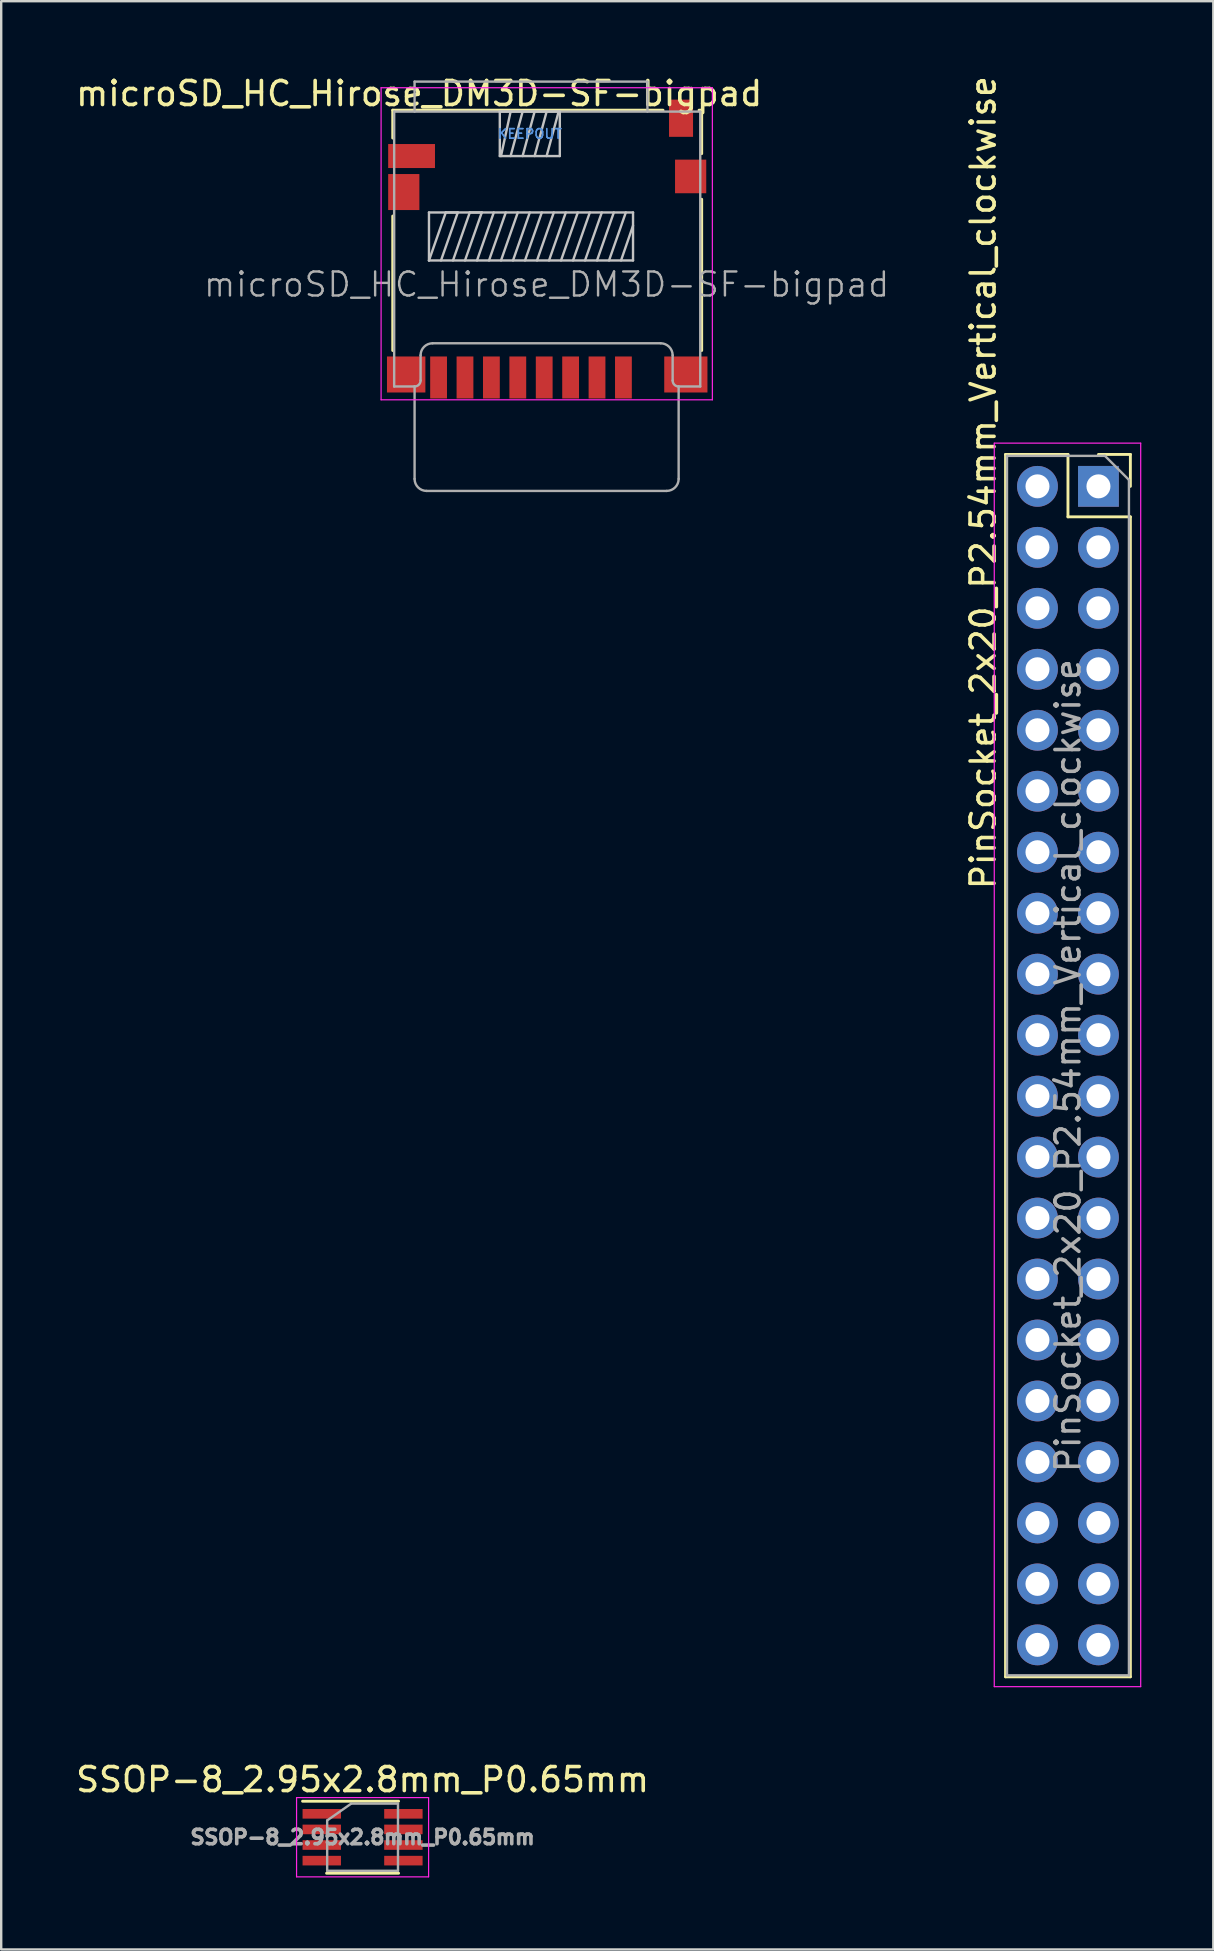
<source format=kicad_pcb>
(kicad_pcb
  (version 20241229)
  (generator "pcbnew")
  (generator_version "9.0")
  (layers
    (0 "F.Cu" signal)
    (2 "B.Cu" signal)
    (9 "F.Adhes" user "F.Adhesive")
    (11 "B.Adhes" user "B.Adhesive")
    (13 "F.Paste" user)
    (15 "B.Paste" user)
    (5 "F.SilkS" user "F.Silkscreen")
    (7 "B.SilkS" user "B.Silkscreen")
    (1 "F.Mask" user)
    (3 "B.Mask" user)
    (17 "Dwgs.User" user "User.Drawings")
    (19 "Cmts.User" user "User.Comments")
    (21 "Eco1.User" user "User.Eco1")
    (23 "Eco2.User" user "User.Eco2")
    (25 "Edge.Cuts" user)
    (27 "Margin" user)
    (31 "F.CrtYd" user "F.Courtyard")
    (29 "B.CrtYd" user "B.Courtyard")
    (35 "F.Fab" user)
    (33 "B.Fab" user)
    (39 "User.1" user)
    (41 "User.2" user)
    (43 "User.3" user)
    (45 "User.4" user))
  (footprint "microSD_HC_Hirose_DM3D-SF-bigpad"
    (layer "F.Cu")
    (at 19.745 7.325)
    (property "Reference" "microSD_HC_Hirose_DM3D-SF-bigpad" (at -5.334 -6.477 0) (layer "F.SilkS") (effects (font (size 1 1) (thickness 0.15))))
    (attr smd)
    (fp_line (start -6.435 -5.785) (end 4.825 -5.785) (stroke (width 0.12) (type solid)) (layer "F.SilkS"))
    (fp_line (start -6.435 -4.625) (end -6.435 -5.785) (stroke (width 0.12) (type solid)) (layer "F.SilkS"))
    (fp_line (start -6.435 -1.375) (end -6.435 4.225) (stroke (width 0.12) (type solid)) (layer "F.SilkS"))
    (fp_line (start 6.325 -5.785) (end 6.435 -5.785) (stroke (width 0.12) (type solid)) (layer "F.SilkS"))
    (fp_line (start 6.435 -5.785) (end 6.435 -3.975) (stroke (width 0.12) (type solid)) (layer "F.SilkS"))
    (fp_line (start 6.435 -2.075) (end 6.435 4.225) (stroke (width 0.12) (type solid)) (layer "F.SilkS"))
    (fp_line (start -4.925 -1.525) (end -4.925 0.475) (stroke (width 0.1) (type solid)) (layer "Dwgs.User"))
    (fp_line (start -4.925 -1.525) (end 3.575 -1.525) (stroke (width 0.1) (type solid)) (layer "Dwgs.User"))
    (fp_line (start -4.925 0.475) (end -4.225 -1.525) (stroke (width 0.1) (type solid)) (layer "Dwgs.User"))
    (fp_line (start -4.925 0.475) (end 3.575 0.475) (stroke (width 0.1) (type solid)) (layer "Dwgs.User"))
    (fp_line (start -4.425 0.475) (end -3.725 -1.525) (stroke (width 0.1) (type solid)) (layer "Dwgs.User"))
    (fp_line (start -4.225 -1.525) (end -3.725 -1.525) (stroke (width 0.1) (type solid)) (layer "Dwgs.User"))
    (fp_line (start -3.925 0.475) (end -3.225 -1.525) (stroke (width 0.1) (type solid)) (layer "Dwgs.User"))
    (fp_line (start -3.425 0.475) (end -2.725 -1.525) (stroke (width 0.1) (type solid)) (layer "Dwgs.User"))
    (fp_line (start -3.225 -1.525) (end -2.725 -1.525) (stroke (width 0.1) (type solid)) (layer "Dwgs.User"))
    (fp_line (start -2.925 0.475) (end -2.225 -1.525) (stroke (width 0.1) (type solid)) (layer "Dwgs.User"))
    (fp_line (start -2.425 0.475) (end -1.725 -1.525) (stroke (width 0.1) (type solid)) (layer "Dwgs.User"))
    (fp_line (start -1.975 -5.725) (end -1.975 -3.875) (stroke (width 0.1) (type solid)) (layer "Dwgs.User"))
    (fp_line (start -1.925 -3.875) (end -1.525 -5.725) (stroke (width 0.1) (type solid)) (layer "Dwgs.User"))
    (fp_line (start -1.925 0.475) (end -1.225 -1.525) (stroke (width 0.1) (type solid)) (layer "Dwgs.User"))
    (fp_line (start -1.425 0.475) (end -0.725 -1.525) (stroke (width 0.1) (type solid)) (layer "Dwgs.User"))
    (fp_line (start -1.025 -5.725) (end -1.525 -3.875) (stroke (width 0.1) (type solid)) (layer "Dwgs.User"))
    (fp_line (start -1.025 -3.875) (end -0.525 -5.725) (stroke (width 0.1) (type solid)) (layer "Dwgs.User"))
    (fp_line (start -0.925 0.475) (end -0.225 -1.525) (stroke (width 0.1) (type solid)) (layer "Dwgs.User"))
    (fp_line (start -0.425 0.475) (end 0.275 -1.525) (stroke (width 0.1) (type solid)) (layer "Dwgs.User"))
    (fp_line (start -0.025 -5.725) (end -0.525 -3.875) (stroke (width 0.1) (type solid)) (layer "Dwgs.User"))
    (fp_line (start -0.025 -3.875) (end 0.475 -5.725) (stroke (width 0.1) (type solid)) (layer "Dwgs.User"))
    (fp_line (start 0.075 0.475) (end 0.775 -1.525) (stroke (width 0.1) (type solid)) (layer "Dwgs.User"))
    (fp_line (start 0.525 -5.725) (end -1.975 -5.725) (stroke (width 0.1) (type solid)) (layer "Dwgs.User"))
    (fp_line (start 0.525 -3.875) (end -1.975 -3.875) (stroke (width 0.1) (type solid)) (layer "Dwgs.User"))
    (fp_line (start 0.525 -3.875) (end 0.525 -5.725) (stroke (width 0.1) (type solid)) (layer "Dwgs.User"))
    (fp_line (start 0.575 0.475) (end 1.275 -1.525) (stroke (width 0.1) (type solid)) (layer "Dwgs.User"))
    (fp_line (start 1.075 0.475) (end 1.775 -1.525) (stroke (width 0.1) (type solid)) (layer "Dwgs.User"))
    (fp_line (start 1.575 0.475) (end 2.275 -1.525) (stroke (width 0.1) (type solid)) (layer "Dwgs.User"))
    (fp_line (start 2.075 0.475) (end 2.775 -1.525) (stroke (width 0.1) (type solid)) (layer "Dwgs.User"))
    (fp_line (start 2.575 0.475) (end 3.275 -1.525) (stroke (width 0.1) (type solid)) (layer "Dwgs.User"))
    (fp_line (start 3.075 0.475) (end 3.575 -0.975) (stroke (width 0.1) (type solid)) (layer "Dwgs.User"))
    (fp_line (start 3.575 0.475) (end 3.575 -1.525) (stroke (width 0.1) (type solid)) (layer "Dwgs.User"))
    (fp_line (start -6.92 -6.72) (end 6.88 -6.72) (stroke (width 0.05) (type solid)) (layer "F.CrtYd"))
    (fp_line (start -6.92 6.28) (end -6.92 -6.72) (stroke (width 0.05) (type solid)) (layer "F.CrtYd"))
    (fp_line (start 6.88 -6.72) (end 6.88 6.28) (stroke (width 0.05) (type solid)) (layer "F.CrtYd"))
    (fp_line (start 6.88 6.28) (end -6.92 6.28) (stroke (width 0.05) (type solid)) (layer "F.CrtYd"))
    (fp_line (start -6.375 -5.725) (end 6.375 -5.725) (stroke (width 0.1) (type solid)) (layer "F.Fab"))
    (fp_line (start -6.375 5.725) (end -6.375 -5.725) (stroke (width 0.1) (type solid)) (layer "F.Fab"))
    (fp_line (start -6.375 5.725) (end -5.525 5.725) (stroke (width 0.1) (type solid)) (layer "F.Fab"))
    (fp_line (start -5.525 -6.975) (end 4.175 -6.975) (stroke (width 0.1) (type solid)) (layer "F.Fab"))
    (fp_line (start -5.525 -5.725) (end -5.525 -6.975) (stroke (width 0.1) (type solid)) (layer "F.Fab"))
    (fp_line (start -5.525 5.725) (end -5.525 9.575) (stroke (width 0.1) (type solid)) (layer "F.Fab"))
    (fp_line (start -5.275 5.475) (end -5.275 4.425) (stroke (width 0.1) (type solid)) (layer "F.Fab"))
    (fp_line (start -5.025 10.075) (end 4.975 10.075) (stroke (width 0.1) (type solid)) (layer "F.Fab"))
    (fp_line (start -4.775 3.925) (end 4.725 3.925) (stroke (width 0.1) (type solid)) (layer "F.Fab"))
    (fp_line (start 4.175 -5.725) (end 4.175 -6.975) (stroke (width 0.1) (type solid)) (layer "F.Fab"))
    (fp_line (start 5.225 5.475) (end 5.225 4.425) (stroke (width 0.1) (type solid)) (layer "F.Fab"))
    (fp_line (start 5.475 5.725) (end 6.375 5.725) (stroke (width 0.1) (type solid)) (layer "F.Fab"))
    (fp_line (start 5.475 9.575) (end 5.475 5.725) (stroke (width 0.1) (type solid)) (layer "F.Fab"))
    (fp_line (start 6.375 5.725) (end 6.375 -5.725) (stroke (width 0.1) (type solid)) (layer "F.Fab"))
    (fp_arc (start -5.275 4.425) (mid -5.128553 4.071447) (end -4.775 3.925) (stroke (width 0.1) (type solid)) (layer "F.Fab"))
    (fp_arc (start -5.275 5.475) (mid -5.348223 5.651777) (end -5.525 5.725) (stroke (width 0.1) (type solid)) (layer "F.Fab"))
    (fp_arc (start -5.025 10.075) (mid -5.378553 9.928553) (end -5.525 9.575) (stroke (width 0.1) (type solid)) (layer "F.Fab"))
    (fp_arc (start 4.725 3.925) (mid 5.078553 4.071447) (end 5.225 4.425) (stroke (width 0.1) (type solid)) (layer "F.Fab"))
    (fp_arc (start 5.475 5.725) (mid 5.298223 5.651777) (end 5.225 5.475) (stroke (width 0.1) (type solid)) (layer "F.Fab"))
    (fp_arc (start 5.475 9.575) (mid 5.328553 9.928553) (end 4.975 10.075) (stroke (width 0.1) (type solid)) (layer "F.Fab"))
    (fp_text user "KEEPOUT" (at -0.725 -4.8 0) (layer "Cmts.User") (effects (font (size 0.4 0.4) (thickness 0.06))))
    (fp_text user "KEEPOUT" (at -0.725 -4.8 0) (layer "Cmts.User") (effects (font (size 0.4 0.4) (thickness 0.06))))
    (fp_text user "${REFERENCE}" (at -0.025 1.475 0) (layer "F.Fab") (effects (font (size 1 1) (thickness 0.1))))
    (pad "1" smd rect (at 3.175 5.35) (size 0.7 1.75) (layers "F.Cu" "F.Mask" "F.Paste"))
    (pad "2" smd rect (at 2.075 5.35) (size 0.7 1.75) (layers "F.Cu" "F.Mask" "F.Paste"))
    (pad "3" smd rect (at 0.975 5.35) (size 0.7 1.75) (layers "F.Cu" "F.Mask" "F.Paste"))
    (pad "4" smd rect (at -0.125 5.35) (size 0.7 1.75) (layers "F.Cu" "F.Mask" "F.Paste"))
    (pad "5" smd rect (at -1.225 5.35) (size 0.7 1.75) (layers "F.Cu" "F.Mask" "F.Paste"))
    (pad "6" smd rect (at -2.325 5.35) (size 0.7 1.75) (layers "F.Cu" "F.Mask" "F.Paste"))
    (pad "7" smd rect (at -3.425 5.35) (size 0.7 1.75) (layers "F.Cu" "F.Mask" "F.Paste"))
    (pad "8" smd rect (at -4.525 5.35) (size 0.7 1.75) (layers "F.Cu" "F.Mask" "F.Paste"))
    (pad "9" smd rect (at -5.65 -3.875) (size 1.95 1) (layers "F.Cu" "F.Mask" "F.Paste"))
    (pad "10" smd rect (at 5.575 -5.45) (size 1 1.55) (layers "F.Cu" "F.Mask" "F.Paste"))
    (pad "11" smd rect (at -5.975 -2.375) (size 1.3 1.5) (layers "F.Cu" "F.Mask" "F.Paste"))
    (pad "11" smd rect (at -5.875 5.225) (size 1.6 1.5) (layers "F.Cu" "F.Mask" "F.Paste"))
    (pad "11" smd rect (at 5.775 5.225) (size 1.8 1.5) (layers "F.Cu" "F.Mask" "F.Paste"))
    (pad "11" smd rect (at 5.975 -3.025) (size 1.3 1.4) (layers "F.Cu" "F.Mask" "F.Paste")))
  (footprint "SSOP-8_2.95x2.8mm_P0.65mm"
    (layer "F.Cu")
    (at 12.054 73.483)
    (property "Reference" "SSOP-8_2.95x2.8mm_P0.65mm" (at 0 -2.4 0) (layer "F.SilkS") (effects (font (size 1 1) (thickness 0.15))))
    (attr smd)
    (fp_line (start 1.5 -1.5) (end -2.5 -1.5) (stroke (width 0.12) (type solid)) (layer "F.SilkS"))
    (fp_line (start 1.5 1.5) (end -1.5 1.5) (stroke (width 0.12) (type solid)) (layer "F.SilkS"))
    (fp_line (start -2.75 -1.65) (end 2.75 -1.65) (stroke (width 0.05) (type solid)) (layer "F.CrtYd"))
    (fp_line (start -2.75 1.65) (end -2.75 -1.65) (stroke (width 0.05) (type solid)) (layer "F.CrtYd"))
    (fp_line (start 2.75 -1.65) (end 2.75 1.65) (stroke (width 0.05) (type solid)) (layer "F.CrtYd"))
    (fp_line (start 2.75 1.65) (end -2.75 1.65) (stroke (width 0.05) (type solid)) (layer "F.CrtYd"))
    (fp_line (start -1.475 1.4) (end -1.475 -0.7) (stroke (width 0.1) (type solid)) (layer "F.Fab"))
    (fp_line (start -0.475 -1.4) (end -1.475 -0.7) (stroke (width 0.1) (type solid)) (layer "F.Fab"))
    (fp_line (start -0.475 -1.4) (end 1.475 -1.4) (stroke (width 0.1) (type solid)) (layer "F.Fab"))
    (fp_line (start 1.475 -1.4) (end 1.475 1.4) (stroke (width 0.1) (type solid)) (layer "F.Fab"))
    (fp_line (start 1.475 1.4) (end -1.475 1.4) (stroke (width 0.1) (type solid)) (layer "F.Fab"))
    (fp_text user "${REFERENCE}" (at 0 0 0) (layer "F.Fab") (effects (font (size 0.6 0.6) (thickness 0.15))))
    (pad "1" smd rect (at -1.7 -0.975 270) (size 0.4 1.6) (layers "F.Cu" "F.Mask" "F.Paste"))
    (pad "2" smd rect (at -1.7 -0.325 270) (size 0.4 1.6) (layers "F.Cu" "F.Mask" "F.Paste"))
    (pad "3" smd rect (at -1.7 0.325 270) (size 0.4 1.6) (layers "F.Cu" "F.Mask" "F.Paste"))
    (pad "4" smd rect (at -1.7 0.975 270) (size 0.4 1.6) (layers "F.Cu" "F.Mask" "F.Paste"))
    (pad "5" smd rect (at 1.7 0.975 270) (size 0.4 1.6) (layers "F.Cu" "F.Mask" "F.Paste"))
    (pad "6" smd rect (at 1.7 0.325 270) (size 0.4 1.6) (layers "F.Cu" "F.Mask" "F.Paste"))
    (pad "7" smd rect (at 1.7 -0.325 270) (size 0.4 1.6) (layers "F.Cu" "F.Mask" "F.Paste"))
    (pad "8" smd rect (at 1.7 -0.975 270) (size 0.4 1.6) (layers "F.Cu" "F.Mask" "F.Paste")))
  (footprint "PinSocket_2x20_P2.54mm_Vertical_clockwise"
    (layer "F.Cu")
    (at 42.708 17.21)
    (property "Reference" "PinSocket_2x20_P2.54mm_Vertical_clockwise" (at -4.804 -0.156 90) (layer "F.SilkS") (effects (font (size 1 1) (thickness 0.15))))
    (attr through_hole)
    (fp_line (start -3.87 -1.33) (end -3.87 49.59) (stroke (width 0.12) (type solid)) (layer "F.SilkS"))
    (fp_line (start -3.87 -1.33) (end -1.27 -1.33) (stroke (width 0.12) (type solid)) (layer "F.SilkS"))
    (fp_line (start -3.87 49.59) (end 1.33 49.59) (stroke (width 0.12) (type solid)) (layer "F.SilkS"))
    (fp_line (start -1.27 -1.33) (end -1.27 1.27) (stroke (width 0.12) (type solid)) (layer "F.SilkS"))
    (fp_line (start -1.27 1.27) (end 1.33 1.27) (stroke (width 0.12) (type solid)) (layer "F.SilkS"))
    (fp_line (start 0 -1.33) (end 1.33 -1.33) (stroke (width 0.12) (type solid)) (layer "F.SilkS"))
    (fp_line (start 1.33 -1.33) (end 1.33 0) (stroke (width 0.12) (type solid)) (layer "F.SilkS"))
    (fp_line (start 1.33 1.27) (end 1.33 49.59) (stroke (width 0.12) (type solid)) (layer "F.SilkS"))
    (fp_line (start -4.34 -1.8) (end 1.76 -1.8) (stroke (width 0.05) (type solid)) (layer "F.CrtYd"))
    (fp_line (start -4.34 50) (end -4.34 -1.8) (stroke (width 0.05) (type solid)) (layer "F.CrtYd"))
    (fp_line (start 1.76 -1.8) (end 1.76 50) (stroke (width 0.05) (type solid)) (layer "F.CrtYd"))
    (fp_line (start 1.76 50) (end -4.34 50) (stroke (width 0.05) (type solid)) (layer "F.CrtYd"))
    (fp_line (start -3.81 -1.27) (end 0.27 -1.27) (stroke (width 0.1) (type solid)) (layer "F.Fab"))
    (fp_line (start -3.81 49.53) (end -3.81 -1.27) (stroke (width 0.1) (type solid)) (layer "F.Fab"))
    (fp_line (start 0.27 -1.27) (end 1.27 -0.27) (stroke (width 0.1) (type solid)) (layer "F.Fab"))
    (fp_line (start 1.27 -0.27) (end 1.27 49.53) (stroke (width 0.1) (type solid)) (layer "F.Fab"))
    (fp_line (start 1.27 49.53) (end -3.81 49.53) (stroke (width 0.1) (type solid)) (layer "F.Fab"))
    (fp_text user "${REFERENCE}" (at -1.27 24.13 90) (layer "F.Fab") (effects (font (size 1 1) (thickness 0.15))))
    (pad "1" thru_hole rect (at 0 0) (size 1.7 1.7) (drill 1) (layers "*.Cu" "*.Mask"))
    (pad "2" thru_hole oval (at 0 2.54) (size 1.7 1.7) (drill 1) (layers "*.Cu" "*.Mask"))
    (pad "3" thru_hole oval (at 0 5.08) (size 1.7 1.7) (drill 1) (layers "*.Cu" "*.Mask"))
    (pad "4" thru_hole oval (at 0 7.62) (size 1.7 1.7) (drill 1) (layers "*.Cu" "*.Mask"))
    (pad "5" thru_hole oval (at 0 10.16) (size 1.7 1.7) (drill 1) (layers "*.Cu" "*.Mask"))
    (pad "6" thru_hole oval (at 0 12.7) (size 1.7 1.7) (drill 1) (layers "*.Cu" "*.Mask"))
    (pad "7" thru_hole oval (at 0 15.24) (size 1.7 1.7) (drill 1) (layers "*.Cu" "*.Mask"))
    (pad "8" thru_hole oval (at 0 17.78) (size 1.7 1.7) (drill 1) (layers "*.Cu" "*.Mask"))
    (pad "9" thru_hole oval (at 0 20.32) (size 1.7 1.7) (drill 1) (layers "*.Cu" "*.Mask"))
    (pad "10" thru_hole oval (at 0 22.86) (size 1.7 1.7) (drill 1) (layers "*.Cu" "*.Mask"))
    (pad "11" thru_hole oval (at 0 25.4) (size 1.7 1.7) (drill 1) (layers "*.Cu" "*.Mask"))
    (pad "12" thru_hole oval (at 0 27.94) (size 1.7 1.7) (drill 1) (layers "*.Cu" "*.Mask"))
    (pad "13" thru_hole oval (at 0 30.48) (size 1.7 1.7) (drill 1) (layers "*.Cu" "*.Mask"))
    (pad "14" thru_hole oval (at 0 33.02) (size 1.7 1.7) (drill 1) (layers "*.Cu" "*.Mask"))
    (pad "15" thru_hole oval (at 0 35.56) (size 1.7 1.7) (drill 1) (layers "*.Cu" "*.Mask"))
    (pad "16" thru_hole oval (at 0 38.1) (size 1.7 1.7) (drill 1) (layers "*.Cu" "*.Mask"))
    (pad "17" thru_hole oval (at 0 40.64) (size 1.7 1.7) (drill 1) (layers "*.Cu" "*.Mask"))
    (pad "18" thru_hole oval (at 0 43.18) (size 1.7 1.7) (drill 1) (layers "*.Cu" "*.Mask"))
    (pad "19" thru_hole oval (at 0 45.72) (size 1.7 1.7) (drill 1) (layers "*.Cu" "*.Mask"))
    (pad "20" thru_hole oval (at 0 48.26) (size 1.7 1.7) (drill 1) (layers "*.Cu" "*.Mask"))
    (pad "21" thru_hole oval (at -2.54 48.26) (size 1.7 1.7) (drill 1) (layers "*.Cu" "*.Mask"))
    (pad "22" thru_hole oval (at -2.54 45.72) (size 1.7 1.7) (drill 1) (layers "*.Cu" "*.Mask"))
    (pad "23" thru_hole oval (at -2.54 43.18) (size 1.7 1.7) (drill 1) (layers "*.Cu" "*.Mask"))
    (pad "24" thru_hole oval (at -2.54 40.64) (size 1.7 1.7) (drill 1) (layers "*.Cu" "*.Mask"))
    (pad "25" thru_hole oval (at -2.54 38.1) (size 1.7 1.7) (drill 1) (layers "*.Cu" "*.Mask"))
    (pad "26" thru_hole oval (at -2.54 35.56) (size 1.7 1.7) (drill 1) (layers "*.Cu" "*.Mask"))
    (pad "27" thru_hole oval (at -2.54 33.02) (size 1.7 1.7) (drill 1) (layers "*.Cu" "*.Mask"))
    (pad "28" thru_hole oval (at -2.54 30.48) (size 1.7 1.7) (drill 1) (layers "*.Cu" "*.Mask"))
    (pad "29" thru_hole oval (at -2.54 27.94) (size 1.7 1.7) (drill 1) (layers "*.Cu" "*.Mask"))
    (pad "30" thru_hole oval (at -2.54 25.4) (size 1.7 1.7) (drill 1) (layers "*.Cu" "*.Mask"))
    (pad "31" thru_hole oval (at -2.54 22.86) (size 1.7 1.7) (drill 1) (layers "*.Cu" "*.Mask"))
    (pad "32" thru_hole oval (at -2.54 20.32) (size 1.7 1.7) (drill 1) (layers "*.Cu" "*.Mask"))
    (pad "33" thru_hole oval (at -2.54 17.78) (size 1.7 1.7) (drill 1) (layers "*.Cu" "*.Mask"))
    (pad "34" thru_hole oval (at -2.54 15.24) (size 1.7 1.7) (drill 1) (layers "*.Cu" "*.Mask"))
    (pad "35" thru_hole oval (at -2.54 12.7) (size 1.7 1.7) (drill 1) (layers "*.Cu" "*.Mask"))
    (pad "36" thru_hole oval (at -2.54 10.16) (size 1.7 1.7) (drill 1) (layers "*.Cu" "*.Mask"))
    (pad "37" thru_hole oval (at -2.54 7.62) (size 1.7 1.7) (drill 1) (layers "*.Cu" "*.Mask"))
    (pad "38" thru_hole oval (at -2.54 5.08) (size 1.7 1.7) (drill 1) (layers "*.Cu" "*.Mask"))
    (pad "39" thru_hole oval (at -2.54 2.54) (size 1.7 1.7) (drill 1) (layers "*.Cu" "*.Mask"))
    (pad "40" thru_hole oval (at -2.54 0) (size 1.7 1.7) (drill 1) (layers "*.Cu" "*.Mask")))
  (gr_rect
    (start -3 -3)
    (end 47.493 78.158)
    (stroke (width 0.1) (type default))
    (fill no)
    (layer "Edge.Cuts")))
</source>
